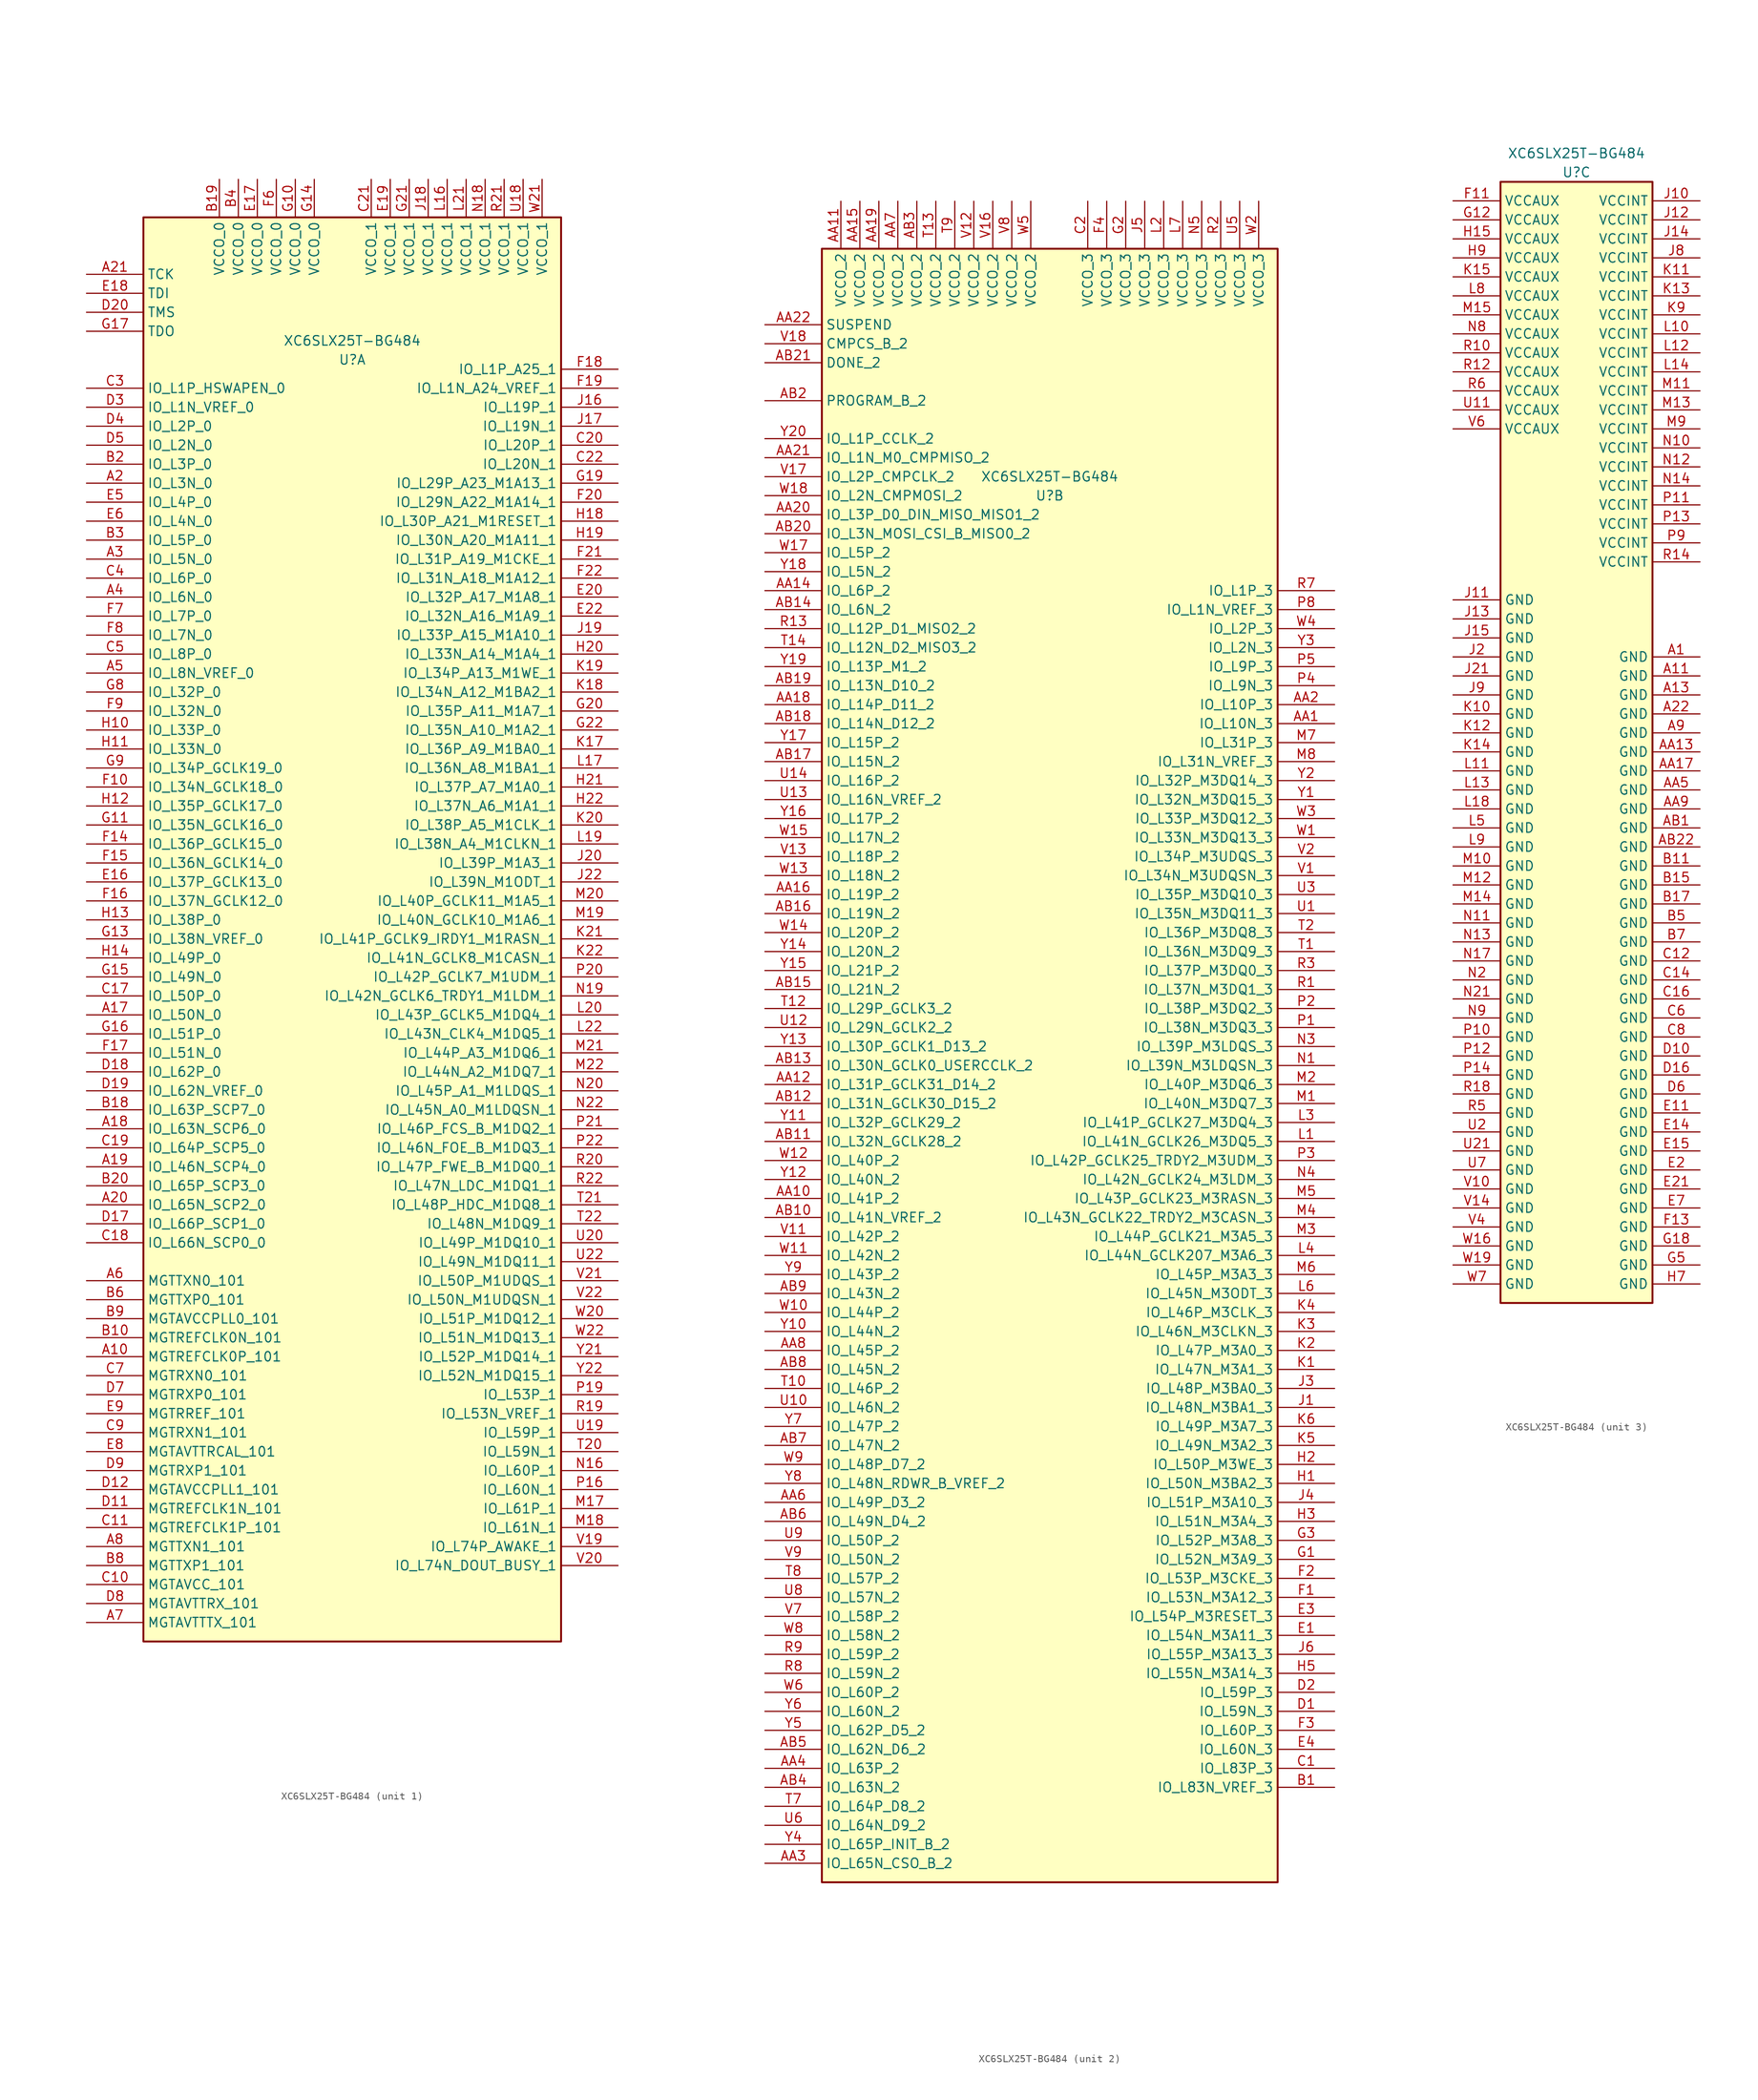
<source format=kicad_sym>
(kicad_symbol_lib
  (version 20241209)
  (generator "kicad_symbol_editor")
  (generator_version "9.0")
  (symbol "XC6SLX25T-BG484"
    (property "Reference" "U"
      (at 0 76.2 0)
      (effects (font (size 1.27 1.27))))
    (property "Value" "XC6SLX25T-BG484"
      (at 0 78.74 0)
      (effects (font (size 1.27 1.27))))
    (property "ki_locked" ""
      (at 0 0 0)
      (effects (font (size 1.27 1.27))))
    (symbol "XC6SLX25T-BG484_1_1"
      (rectangle (start -27.94 95.25) (end 27.94 -95.25) (stroke (width 0.254) (type default)) (fill (type background)))
      (pin input line (at -35.56 87.63 0) (length 7.62) (name "TCK" (effects (font (size 1.27 1.27)))) (number "A21" (effects (font (size 1.27 1.27)))))
      (pin input line (at -35.56 85.09 0) (length 7.62) (name "TDI" (effects (font (size 1.27 1.27)))) (number "E18" (effects (font (size 1.27 1.27)))))
      (pin input line (at -35.56 82.55 0) (length 7.62) (name "TMS" (effects (font (size 1.27 1.27)))) (number "D20" (effects (font (size 1.27 1.27)))))
      (pin output line (at -35.56 80.01 0) (length 7.62) (name "TDO" (effects (font (size 1.27 1.27)))) (number "G17" (effects (font (size 1.27 1.27)))))
      (pin bidirectional line (at -35.56 72.39 0) (length 7.62) (name "IO_L1P_HSWAPEN_0" (effects (font (size 1.27 1.27)))) (number "C3" (effects (font (size 1.27 1.27)))))
      (pin bidirectional line (at -35.56 69.85 0) (length 7.62) (name "IO_L1N_VREF_0" (effects (font (size 1.27 1.27)))) (number "D3" (effects (font (size 1.27 1.27)))))
      (pin bidirectional line (at -35.56 67.31 0) (length 7.62) (name "IO_L2P_0" (effects (font (size 1.27 1.27)))) (number "D4" (effects (font (size 1.27 1.27)))))
      (pin bidirectional line (at -35.56 64.77 0) (length 7.62) (name "IO_L2N_0" (effects (font (size 1.27 1.27)))) (number "D5" (effects (font (size 1.27 1.27)))))
      (pin bidirectional line (at -35.56 62.23 0) (length 7.62) (name "IO_L3P_0" (effects (font (size 1.27 1.27)))) (number "B2" (effects (font (size 1.27 1.27)))))
      (pin bidirectional line (at -35.56 59.69 0) (length 7.62) (name "IO_L3N_0" (effects (font (size 1.27 1.27)))) (number "A2" (effects (font (size 1.27 1.27)))))
      (pin bidirectional line (at -35.56 57.15 0) (length 7.62) (name "IO_L4P_0" (effects (font (size 1.27 1.27)))) (number "E5" (effects (font (size 1.27 1.27)))))
      (pin bidirectional line (at -35.56 54.61 0) (length 7.62) (name "IO_L4N_0" (effects (font (size 1.27 1.27)))) (number "E6" (effects (font (size 1.27 1.27)))))
      (pin bidirectional line (at -35.56 52.07 0) (length 7.62) (name "IO_L5P_0" (effects (font (size 1.27 1.27)))) (number "B3" (effects (font (size 1.27 1.27)))))
      (pin bidirectional line (at -35.56 49.53 0) (length 7.62) (name "IO_L5N_0" (effects (font (size 1.27 1.27)))) (number "A3" (effects (font (size 1.27 1.27)))))
      (pin bidirectional line (at -35.56 46.99 0) (length 7.62) (name "IO_L6P_0" (effects (font (size 1.27 1.27)))) (number "C4" (effects (font (size 1.27 1.27)))))
      (pin bidirectional line (at -35.56 44.45 0) (length 7.62) (name "IO_L6N_0" (effects (font (size 1.27 1.27)))) (number "A4" (effects (font (size 1.27 1.27)))))
      (pin bidirectional line (at -35.56 41.91 0) (length 7.62) (name "IO_L7P_0" (effects (font (size 1.27 1.27)))) (number "F7" (effects (font (size 1.27 1.27)))))
      (pin bidirectional line (at -35.56 39.37 0) (length 7.62) (name "IO_L7N_0" (effects (font (size 1.27 1.27)))) (number "F8" (effects (font (size 1.27 1.27)))))
      (pin bidirectional line (at -35.56 36.83 0) (length 7.62) (name "IO_L8P_0" (effects (font (size 1.27 1.27)))) (number "C5" (effects (font (size 1.27 1.27)))))
      (pin bidirectional line (at -35.56 34.29 0) (length 7.62) (name "IO_L8N_VREF_0" (effects (font (size 1.27 1.27)))) (number "A5" (effects (font (size 1.27 1.27)))))
      (pin bidirectional line (at -35.56 31.75 0) (length 7.62) (name "IO_L32P_0" (effects (font (size 1.27 1.27)))) (number "G8" (effects (font (size 1.27 1.27)))))
      (pin bidirectional line (at -35.56 29.21 0) (length 7.62) (name "IO_L32N_0" (effects (font (size 1.27 1.27)))) (number "F9" (effects (font (size 1.27 1.27)))))
      (pin bidirectional line (at -35.56 26.67 0) (length 7.62) (name "IO_L33P_0" (effects (font (size 1.27 1.27)))) (number "H10" (effects (font (size 1.27 1.27)))))
      (pin bidirectional line (at -35.56 24.13 0) (length 7.62) (name "IO_L33N_0" (effects (font (size 1.27 1.27)))) (number "H11" (effects (font (size 1.27 1.27)))))
      (pin bidirectional line (at -35.56 21.59 0) (length 7.62) (name "IO_L34P_GCLK19_0" (effects (font (size 1.27 1.27)))) (number "G9" (effects (font (size 1.27 1.27)))))
      (pin bidirectional line (at -35.56 19.05 0) (length 7.62) (name "IO_L34N_GCLK18_0" (effects (font (size 1.27 1.27)))) (number "F10" (effects (font (size 1.27 1.27)))))
      (pin bidirectional line (at -35.56 16.51 0) (length 7.62) (name "IO_L35P_GCLK17_0" (effects (font (size 1.27 1.27)))) (number "H12" (effects (font (size 1.27 1.27)))))
      (pin bidirectional line (at -35.56 13.97 0) (length 7.62) (name "IO_L35N_GCLK16_0" (effects (font (size 1.27 1.27)))) (number "G11" (effects (font (size 1.27 1.27)))))
      (pin bidirectional line (at -35.56 11.43 0) (length 7.62) (name "IO_L36P_GCLK15_0" (effects (font (size 1.27 1.27)))) (number "F14" (effects (font (size 1.27 1.27)))))
      (pin bidirectional line (at -35.56 8.89 0) (length 7.62) (name "IO_L36N_GCLK14_0" (effects (font (size 1.27 1.27)))) (number "F15" (effects (font (size 1.27 1.27)))))
      (pin bidirectional line (at -35.56 6.35 0) (length 7.62) (name "IO_L37P_GCLK13_0" (effects (font (size 1.27 1.27)))) (number "E16" (effects (font (size 1.27 1.27)))))
      (pin bidirectional line (at -35.56 3.81 0) (length 7.62) (name "IO_L37N_GCLK12_0" (effects (font (size 1.27 1.27)))) (number "F16" (effects (font (size 1.27 1.27)))))
      (pin bidirectional line (at -35.56 1.27 0) (length 7.62) (name "IO_L38P_0" (effects (font (size 1.27 1.27)))) (number "H13" (effects (font (size 1.27 1.27)))))
      (pin bidirectional line (at -35.56 -1.27 0) (length 7.62) (name "IO_L38N_VREF_0" (effects (font (size 1.27 1.27)))) (number "G13" (effects (font (size 1.27 1.27)))))
      (pin bidirectional line (at -35.56 -3.81 0) (length 7.62) (name "IO_L49P_0" (effects (font (size 1.27 1.27)))) (number "H14" (effects (font (size 1.27 1.27)))))
      (pin bidirectional line (at -35.56 -6.35 0) (length 7.62) (name "IO_L49N_0" (effects (font (size 1.27 1.27)))) (number "G15" (effects (font (size 1.27 1.27)))))
      (pin bidirectional line (at -35.56 -8.89 0) (length 7.62) (name "IO_L50P_0" (effects (font (size 1.27 1.27)))) (number "C17" (effects (font (size 1.27 1.27)))))
      (pin bidirectional line (at -35.56 -11.43 0) (length 7.62) (name "IO_L50N_0" (effects (font (size 1.27 1.27)))) (number "A17" (effects (font (size 1.27 1.27)))))
      (pin bidirectional line (at -35.56 -13.97 0) (length 7.62) (name "IO_L51P_0" (effects (font (size 1.27 1.27)))) (number "G16" (effects (font (size 1.27 1.27)))))
      (pin bidirectional line (at -35.56 -16.51 0) (length 7.62) (name "IO_L51N_0" (effects (font (size 1.27 1.27)))) (number "F17" (effects (font (size 1.27 1.27)))))
      (pin bidirectional line (at -35.56 -19.05 0) (length 7.62) (name "IO_L62P_0" (effects (font (size 1.27 1.27)))) (number "D18" (effects (font (size 1.27 1.27)))))
      (pin bidirectional line (at -35.56 -21.59 0) (length 7.62) (name "IO_L62N_VREF_0" (effects (font (size 1.27 1.27)))) (number "D19" (effects (font (size 1.27 1.27)))))
      (pin bidirectional line (at -35.56 -24.13 0) (length 7.62) (name "IO_L63P_SCP7_0" (effects (font (size 1.27 1.27)))) (number "B18" (effects (font (size 1.27 1.27)))))
      (pin bidirectional line (at -35.56 -26.67 0) (length 7.62) (name "IO_L63N_SCP6_0" (effects (font (size 1.27 1.27)))) (number "A18" (effects (font (size 1.27 1.27)))))
      (pin bidirectional line (at -35.56 -29.21 0) (length 7.62) (name "IO_L64P_SCP5_0" (effects (font (size 1.27 1.27)))) (number "C19" (effects (font (size 1.27 1.27)))))
      (pin bidirectional line (at -35.56 -31.75 0) (length 7.62) (name "IO_L46N_SCP4_0" (effects (font (size 1.27 1.27)))) (number "A19" (effects (font (size 1.27 1.27)))))
      (pin bidirectional line (at -35.56 -34.29 0) (length 7.62) (name "IO_L65P_SCP3_0" (effects (font (size 1.27 1.27)))) (number "B20" (effects (font (size 1.27 1.27)))))
      (pin bidirectional line (at -35.56 -36.83 0) (length 7.62) (name "IO_L65N_SCP2_0" (effects (font (size 1.27 1.27)))) (number "A20" (effects (font (size 1.27 1.27)))))
      (pin bidirectional line (at -35.56 -39.37 0) (length 7.62) (name "IO_L66P_SCP1_0" (effects (font (size 1.27 1.27)))) (number "D17" (effects (font (size 1.27 1.27)))))
      (pin bidirectional line (at -35.56 -41.91 0) (length 7.62) (name "IO_L66N_SCP0_0" (effects (font (size 1.27 1.27)))) (number "C18" (effects (font (size 1.27 1.27)))))
      (pin output line (at -35.56 -46.99 0) (length 7.62) (name "MGTTXN0_101" (effects (font (size 1.27 1.27)))) (number "A6" (effects (font (size 1.27 1.27)))))
      (pin output line (at -35.56 -49.53 0) (length 7.62) (name "MGTTXP0_101" (effects (font (size 1.27 1.27)))) (number "B6" (effects (font (size 1.27 1.27)))))
      (pin passive line (at -35.56 -52.07 0) (length 7.62) (name "MGTAVCCPLL0_101" (effects (font (size 1.27 1.27)))) (number "B9" (effects (font (size 1.27 1.27)))))
      (pin input line (at -35.56 -54.61 0) (length 7.62) (name "MGTREFCLK0N_101" (effects (font (size 1.27 1.27)))) (number "B10" (effects (font (size 1.27 1.27)))))
      (pin input line (at -35.56 -57.15 0) (length 7.62) (name "MGTREFCLK0P_101" (effects (font (size 1.27 1.27)))) (number "A10" (effects (font (size 1.27 1.27)))))
      (pin input line (at -35.56 -59.69 0) (length 7.62) (name "MGTRXN0_101" (effects (font (size 1.27 1.27)))) (number "C7" (effects (font (size 1.27 1.27)))))
      (pin input line (at -35.56 -62.23 0) (length 7.62) (name "MGTRXP0_101" (effects (font (size 1.27 1.27)))) (number "D7" (effects (font (size 1.27 1.27)))))
      (pin input line (at -35.56 -64.77 0) (length 7.62) (name "MGTRREF_101" (effects (font (size 1.27 1.27)))) (number "E9" (effects (font (size 1.27 1.27)))))
      (pin input line (at -35.56 -67.31 0) (length 7.62) (name "MGTRXN1_101" (effects (font (size 1.27 1.27)))) (number "C9" (effects (font (size 1.27 1.27)))))
      (pin passive line (at -35.56 -69.85 0) (length 7.62) (name "MGTAVTTRCAL_101" (effects (font (size 1.27 1.27)))) (number "E8" (effects (font (size 1.27 1.27)))))
      (pin input line (at -35.56 -72.39 0) (length 7.62) (name "MGTRXP1_101" (effects (font (size 1.27 1.27)))) (number "D9" (effects (font (size 1.27 1.27)))))
      (pin passive line (at -35.56 -74.93 0) (length 7.62) (name "MGTAVCCPLL1_101" (effects (font (size 1.27 1.27)))) (number "D12" (effects (font (size 1.27 1.27)))))
      (pin input line (at -35.56 -77.47 0) (length 7.62) (name "MGTREFCLK1N_101" (effects (font (size 1.27 1.27)))) (number "D11" (effects (font (size 1.27 1.27)))))
      (pin input line (at -35.56 -80.01 0) (length 7.62) (name "MGTREFCLK1P_101" (effects (font (size 1.27 1.27)))) (number "C11" (effects (font (size 1.27 1.27)))))
      (pin output line (at -35.56 -82.55 0) (length 7.62) (name "MGTTXN1_101" (effects (font (size 1.27 1.27)))) (number "A8" (effects (font (size 1.27 1.27)))))
      (pin output line (at -35.56 -85.09 0) (length 7.62) (name "MGTTXP1_101" (effects (font (size 1.27 1.27)))) (number "B8" (effects (font (size 1.27 1.27)))))
      (pin passive line (at -35.56 -87.63 0) (length 7.62) (name "MGTAVCC_101" (effects (font (size 1.27 1.27)))) (number "C10" (effects (font (size 1.27 1.27)))))
      (pin passive line (at -35.56 -90.17 0) (length 7.62) (name "MGTAVTTRX_101" (effects (font (size 1.27 1.27)))) (number "D8" (effects (font (size 1.27 1.27)))))
      (pin passive line (at -35.56 -92.71 0) (length 7.62) (name "MGTAVTTTX_101" (effects (font (size 1.27 1.27)))) (number "A7" (effects (font (size 1.27 1.27)))))
      (pin power_in line (at -17.78 100.33 270) (length 5.08) (name "VCCO_0" (effects (font (size 1.27 1.27)))) (number "B19" (effects (font (size 1.27 1.27)))))
      (pin power_in line (at -15.24 100.33 270) (length 5.08) (name "VCCO_0" (effects (font (size 1.27 1.27)))) (number "B4" (effects (font (size 1.27 1.27)))))
      (pin power_in line (at -12.7 100.33 270) (length 5.08) (name "VCCO_0" (effects (font (size 1.27 1.27)))) (number "E17" (effects (font (size 1.27 1.27)))))
      (pin power_in line (at -10.16 100.33 270) (length 5.08) (name "VCCO_0" (effects (font (size 1.27 1.27)))) (number "F6" (effects (font (size 1.27 1.27)))))
      (pin power_in line (at -7.62 100.33 270) (length 5.08) (name "VCCO_0" (effects (font (size 1.27 1.27)))) (number "G10" (effects (font (size 1.27 1.27)))))
      (pin power_in line (at -5.08 100.33 270) (length 5.08) (name "VCCO_0" (effects (font (size 1.27 1.27)))) (number "G14" (effects (font (size 1.27 1.27)))))
      (pin power_in line (at 2.54 100.33 270) (length 5.08) (name "VCCO_1" (effects (font (size 1.27 1.27)))) (number "C21" (effects (font (size 1.27 1.27)))))
      (pin power_in line (at 5.08 100.33 270) (length 5.08) (name "VCCO_1" (effects (font (size 1.27 1.27)))) (number "E19" (effects (font (size 1.27 1.27)))))
      (pin power_in line (at 7.62 100.33 270) (length 5.08) (name "VCCO_1" (effects (font (size 1.27 1.27)))) (number "G21" (effects (font (size 1.27 1.27)))))
      (pin power_in line (at 10.16 100.33 270) (length 5.08) (name "VCCO_1" (effects (font (size 1.27 1.27)))) (number "J18" (effects (font (size 1.27 1.27)))))
      (pin power_in line (at 12.7 100.33 270) (length 5.08) (name "VCCO_1" (effects (font (size 1.27 1.27)))) (number "L16" (effects (font (size 1.27 1.27)))))
      (pin power_in line (at 15.24 100.33 270) (length 5.08) (name "VCCO_1" (effects (font (size 1.27 1.27)))) (number "L21" (effects (font (size 1.27 1.27)))))
      (pin power_in line (at 17.78 100.33 270) (length 5.08) (name "VCCO_1" (effects (font (size 1.27 1.27)))) (number "N18" (effects (font (size 1.27 1.27)))))
      (pin power_in line (at 20.32 100.33 270) (length 5.08) (name "VCCO_1" (effects (font (size 1.27 1.27)))) (number "R21" (effects (font (size 1.27 1.27)))))
      (pin power_in line (at 22.86 100.33 270) (length 5.08) (name "VCCO_1" (effects (font (size 1.27 1.27)))) (number "U18" (effects (font (size 1.27 1.27)))))
      (pin power_in line (at 25.4 100.33 270) (length 5.08) (name "VCCO_1" (effects (font (size 1.27 1.27)))) (number "W21" (effects (font (size 1.27 1.27)))))
      (pin bidirectional line (at 35.56 74.93 180) (length 7.62) (name "IO_L1P_A25_1" (effects (font (size 1.27 1.27)))) (number "F18" (effects (font (size 1.27 1.27)))))
      (pin bidirectional line (at 35.56 72.39 180) (length 7.62) (name "IO_L1N_A24_VREF_1" (effects (font (size 1.27 1.27)))) (number "F19" (effects (font (size 1.27 1.27)))))
      (pin bidirectional line (at 35.56 69.85 180) (length 7.62) (name "IO_L19P_1" (effects (font (size 1.27 1.27)))) (number "J16" (effects (font (size 1.27 1.27)))))
      (pin bidirectional line (at 35.56 67.31 180) (length 7.62) (name "IO_L19N_1" (effects (font (size 1.27 1.27)))) (number "J17" (effects (font (size 1.27 1.27)))))
      (pin bidirectional line (at 35.56 64.77 180) (length 7.62) (name "IO_L20P_1" (effects (font (size 1.27 1.27)))) (number "C20" (effects (font (size 1.27 1.27)))))
      (pin bidirectional line (at 35.56 62.23 180) (length 7.62) (name "IO_L20N_1" (effects (font (size 1.27 1.27)))) (number "C22" (effects (font (size 1.27 1.27)))))
      (pin bidirectional line (at 35.56 59.69 180) (length 7.62) (name "IO_L29P_A23_M1A13_1" (effects (font (size 1.27 1.27)))) (number "G19" (effects (font (size 1.27 1.27)))))
      (pin bidirectional line (at 35.56 57.15 180) (length 7.62) (name "IO_L29N_A22_M1A14_1" (effects (font (size 1.27 1.27)))) (number "F20" (effects (font (size 1.27 1.27)))))
      (pin bidirectional line (at 35.56 54.61 180) (length 7.62) (name "IO_L30P_A21_M1RESET_1" (effects (font (size 1.27 1.27)))) (number "H18" (effects (font (size 1.27 1.27)))))
      (pin bidirectional line (at 35.56 52.07 180) (length 7.62) (name "IO_L30N_A20_M1A11_1" (effects (font (size 1.27 1.27)))) (number "H19" (effects (font (size 1.27 1.27)))))
      (pin bidirectional line (at 35.56 49.53 180) (length 7.62) (name "IO_L31P_A19_M1CKE_1" (effects (font (size 1.27 1.27)))) (number "F21" (effects (font (size 1.27 1.27)))))
      (pin bidirectional line (at 35.56 46.99 180) (length 7.62) (name "IO_L31N_A18_M1A12_1" (effects (font (size 1.27 1.27)))) (number "F22" (effects (font (size 1.27 1.27)))))
      (pin bidirectional line (at 35.56 44.45 180) (length 7.62) (name "IO_L32P_A17_M1A8_1" (effects (font (size 1.27 1.27)))) (number "E20" (effects (font (size 1.27 1.27)))))
      (pin bidirectional line (at 35.56 41.91 180) (length 7.62) (name "IO_L32N_A16_M1A9_1" (effects (font (size 1.27 1.27)))) (number "E22" (effects (font (size 1.27 1.27)))))
      (pin bidirectional line (at 35.56 39.37 180) (length 7.62) (name "IO_L33P_A15_M1A10_1" (effects (font (size 1.27 1.27)))) (number "J19" (effects (font (size 1.27 1.27)))))
      (pin bidirectional line (at 35.56 36.83 180) (length 7.62) (name "IO_L33N_A14_M1A4_1" (effects (font (size 1.27 1.27)))) (number "H20" (effects (font (size 1.27 1.27)))))
      (pin bidirectional line (at 35.56 34.29 180) (length 7.62) (name "IO_L34P_A13_M1WE_1" (effects (font (size 1.27 1.27)))) (number "K19" (effects (font (size 1.27 1.27)))))
      (pin bidirectional line (at 35.56 31.75 180) (length 7.62) (name "IO_L34N_A12_M1BA2_1" (effects (font (size 1.27 1.27)))) (number "K18" (effects (font (size 1.27 1.27)))))
      (pin bidirectional line (at 35.56 29.21 180) (length 7.62) (name "IO_L35P_A11_M1A7_1" (effects (font (size 1.27 1.27)))) (number "G20" (effects (font (size 1.27 1.27)))))
      (pin bidirectional line (at 35.56 26.67 180) (length 7.62) (name "IO_L35N_A10_M1A2_1" (effects (font (size 1.27 1.27)))) (number "G22" (effects (font (size 1.27 1.27)))))
      (pin input line (at 35.56 24.13 180) (length 7.62) (name "IO_L36P_A9_M1BA0_1" (effects (font (size 1.27 1.27)))) (number "K17" (effects (font (size 1.27 1.27)))))
      (pin bidirectional line (at 35.56 21.59 180) (length 7.62) (name "IO_L36N_A8_M1BA1_1" (effects (font (size 1.27 1.27)))) (number "L17" (effects (font (size 1.27 1.27)))))
      (pin bidirectional line (at 35.56 19.05 180) (length 7.62) (name "IO_L37P_A7_M1A0_1" (effects (font (size 1.27 1.27)))) (number "H21" (effects (font (size 1.27 1.27)))))
      (pin bidirectional line (at 35.56 16.51 180) (length 7.62) (name "IO_L37N_A6_M1A1_1" (effects (font (size 1.27 1.27)))) (number "H22" (effects (font (size 1.27 1.27)))))
      (pin bidirectional line (at 35.56 13.97 180) (length 7.62) (name "IO_L38P_A5_M1CLK_1" (effects (font (size 1.27 1.27)))) (number "K20" (effects (font (size 1.27 1.27)))))
      (pin bidirectional line (at 35.56 11.43 180) (length 7.62) (name "IO_L38N_A4_M1CLKN_1" (effects (font (size 1.27 1.27)))) (number "L19" (effects (font (size 1.27 1.27)))))
      (pin bidirectional line (at 35.56 8.89 180) (length 7.62) (name "IO_L39P_M1A3_1" (effects (font (size 1.27 1.27)))) (number "J20" (effects (font (size 1.27 1.27)))))
      (pin bidirectional line (at 35.56 6.35 180) (length 7.62) (name "IO_L39N_M1ODT_1" (effects (font (size 1.27 1.27)))) (number "J22" (effects (font (size 1.27 1.27)))))
      (pin bidirectional line (at 35.56 3.81 180) (length 7.62) (name "IO_L40P_GCLK11_M1A5_1" (effects (font (size 1.27 1.27)))) (number "M20" (effects (font (size 1.27 1.27)))))
      (pin bidirectional line (at 35.56 1.27 180) (length 7.62) (name "IO_L40N_GCLK10_M1A6_1" (effects (font (size 1.27 1.27)))) (number "M19" (effects (font (size 1.27 1.27)))))
      (pin bidirectional line (at 35.56 -1.27 180) (length 7.62) (name "IO_L41P_GCLK9_IRDY1_M1RASN_1" (effects (font (size 1.27 1.27)))) (number "K21" (effects (font (size 1.27 1.27)))))
      (pin bidirectional line (at 35.56 -3.81 180) (length 7.62) (name "IO_L41N_GCLK8_M1CASN_1" (effects (font (size 1.27 1.27)))) (number "K22" (effects (font (size 1.27 1.27)))))
      (pin bidirectional line (at 35.56 -6.35 180) (length 7.62) (name "IO_L42P_GCLK7_M1UDM_1" (effects (font (size 1.27 1.27)))) (number "P20" (effects (font (size 1.27 1.27)))))
      (pin bidirectional line (at 35.56 -8.89 180) (length 7.62) (name "IO_L42N_GCLK6_TRDY1_M1LDM_1" (effects (font (size 1.27 1.27)))) (number "N19" (effects (font (size 1.27 1.27)))))
      (pin bidirectional line (at 35.56 -11.43 180) (length 7.62) (name "IO_L43P_GCLK5_M1DQ4_1" (effects (font (size 1.27 1.27)))) (number "L20" (effects (font (size 1.27 1.27)))))
      (pin bidirectional line (at 35.56 -13.97 180) (length 7.62) (name "IO_L43N_CLK4_M1DQ5_1" (effects (font (size 1.27 1.27)))) (number "L22" (effects (font (size 1.27 1.27)))))
      (pin bidirectional line (at 35.56 -16.51 180) (length 7.62) (name "IO_L44P_A3_M1DQ6_1" (effects (font (size 1.27 1.27)))) (number "M21" (effects (font (size 1.27 1.27)))))
      (pin bidirectional line (at 35.56 -19.05 180) (length 7.62) (name "IO_L44N_A2_M1DQ7_1" (effects (font (size 1.27 1.27)))) (number "M22" (effects (font (size 1.27 1.27)))))
      (pin bidirectional line (at 35.56 -21.59 180) (length 7.62) (name "IO_L45P_A1_M1LDQS_1" (effects (font (size 1.27 1.27)))) (number "N20" (effects (font (size 1.27 1.27)))))
      (pin bidirectional line (at 35.56 -24.13 180) (length 7.62) (name "IO_L45N_A0_M1LDQSN_1" (effects (font (size 1.27 1.27)))) (number "N22" (effects (font (size 1.27 1.27)))))
      (pin bidirectional line (at 35.56 -26.67 180) (length 7.62) (name "IO_L46P_FCS_B_M1DQ2_1" (effects (font (size 1.27 1.27)))) (number "P21" (effects (font (size 1.27 1.27)))))
      (pin bidirectional line (at 35.56 -29.21 180) (length 7.62) (name "IO_L46N_FOE_B_M1DQ3_1" (effects (font (size 1.27 1.27)))) (number "P22" (effects (font (size 1.27 1.27)))))
      (pin bidirectional line (at 35.56 -31.75 180) (length 7.62) (name "IO_L47P_FWE_B_M1DQ0_1" (effects (font (size 1.27 1.27)))) (number "R20" (effects (font (size 1.27 1.27)))))
      (pin bidirectional line (at 35.56 -34.29 180) (length 7.62) (name "IO_L47N_LDC_M1DQ1_1" (effects (font (size 1.27 1.27)))) (number "R22" (effects (font (size 1.27 1.27)))))
      (pin bidirectional line (at 35.56 -36.83 180) (length 7.62) (name "IO_L48P_HDC_M1DQ8_1" (effects (font (size 1.27 1.27)))) (number "T21" (effects (font (size 1.27 1.27)))))
      (pin bidirectional line (at 35.56 -39.37 180) (length 7.62) (name "IO_L48N_M1DQ9_1" (effects (font (size 1.27 1.27)))) (number "T22" (effects (font (size 1.27 1.27)))))
      (pin bidirectional line (at 35.56 -41.91 180) (length 7.62) (name "IO_L49P_M1DQ10_1" (effects (font (size 1.27 1.27)))) (number "U20" (effects (font (size 1.27 1.27)))))
      (pin bidirectional line (at 35.56 -44.45 180) (length 7.62) (name "IO_L49N_M1DQ11_1" (effects (font (size 1.27 1.27)))) (number "U22" (effects (font (size 1.27 1.27)))))
      (pin bidirectional line (at 35.56 -46.99 180) (length 7.62) (name "IO_L50P_M1UDQS_1" (effects (font (size 1.27 1.27)))) (number "V21" (effects (font (size 1.27 1.27)))))
      (pin bidirectional line (at 35.56 -49.53 180) (length 7.62) (name "IO_L50N_M1UDQSN_1" (effects (font (size 1.27 1.27)))) (number "V22" (effects (font (size 1.27 1.27)))))
      (pin bidirectional line (at 35.56 -52.07 180) (length 7.62) (name "IO_L51P_M1DQ12_1" (effects (font (size 1.27 1.27)))) (number "W20" (effects (font (size 1.27 1.27)))))
      (pin bidirectional line (at 35.56 -54.61 180) (length 7.62) (name "IO_L51N_M1DQ13_1" (effects (font (size 1.27 1.27)))) (number "W22" (effects (font (size 1.27 1.27)))))
      (pin bidirectional line (at 35.56 -57.15 180) (length 7.62) (name "IO_L52P_M1DQ14_1" (effects (font (size 1.27 1.27)))) (number "Y21" (effects (font (size 1.27 1.27)))))
      (pin bidirectional line (at 35.56 -59.69 180) (length 7.62) (name "IO_L52N_M1DQ15_1" (effects (font (size 1.27 1.27)))) (number "Y22" (effects (font (size 1.27 1.27)))))
      (pin bidirectional line (at 35.56 -62.23 180) (length 7.62) (name "IO_L53P_1" (effects (font (size 1.27 1.27)))) (number "P19" (effects (font (size 1.27 1.27)))))
      (pin bidirectional line (at 35.56 -64.77 180) (length 7.62) (name "IO_L53N_VREF_1" (effects (font (size 1.27 1.27)))) (number "R19" (effects (font (size 1.27 1.27)))))
      (pin bidirectional line (at 35.56 -67.31 180) (length 7.62) (name "IO_L59P_1" (effects (font (size 1.27 1.27)))) (number "U19" (effects (font (size 1.27 1.27)))))
      (pin bidirectional line (at 35.56 -69.85 180) (length 7.62) (name "IO_L59N_1" (effects (font (size 1.27 1.27)))) (number "T20" (effects (font (size 1.27 1.27)))))
      (pin bidirectional line (at 35.56 -72.39 180) (length 7.62) (name "IO_L60P_1" (effects (font (size 1.27 1.27)))) (number "N16" (effects (font (size 1.27 1.27)))))
      (pin bidirectional line (at 35.56 -74.93 180) (length 7.62) (name "IO_L60N_1" (effects (font (size 1.27 1.27)))) (number "P16" (effects (font (size 1.27 1.27)))))
      (pin bidirectional line (at 35.56 -77.47 180) (length 7.62) (name "IO_L61P_1" (effects (font (size 1.27 1.27)))) (number "M17" (effects (font (size 1.27 1.27)))))
      (pin bidirectional line (at 35.56 -80.01 180) (length 7.62) (name "IO_L61N_1" (effects (font (size 1.27 1.27)))) (number "M18" (effects (font (size 1.27 1.27)))))
      (pin bidirectional line (at 35.56 -82.55 180) (length 7.62) (name "IO_L74P_AWAKE_1" (effects (font (size 1.27 1.27)))) (number "V19" (effects (font (size 1.27 1.27)))))
      (pin bidirectional line (at 35.56 -85.09 180) (length 7.62) (name "IO_L74N_DOUT_BUSY_1" (effects (font (size 1.27 1.27)))) (number "V20" (effects (font (size 1.27 1.27))))))
    (symbol "XC6SLX25T-BG484_2_1"
      (rectangle (start -30.48 109.22) (end 30.48 -109.22) (stroke (width 0.254) (type default)) (fill (type background)))
      (pin input line (at -38.1 99.06 0) (length 7.62) (name "SUSPEND" (effects (font (size 1.27 1.27)))) (number "AA22" (effects (font (size 1.27 1.27)))))
      (pin input line (at -38.1 96.52 0) (length 7.62) (name "CMPCS_B_2" (effects (font (size 1.27 1.27)))) (number "V18" (effects (font (size 1.27 1.27)))))
      (pin bidirectional line (at -38.1 93.98 0) (length 7.62) (name "DONE_2" (effects (font (size 1.27 1.27)))) (number "AB21" (effects (font (size 1.27 1.27)))))
      (pin input line (at -38.1 88.9 0) (length 7.62) (name "PROGRAM_B_2" (effects (font (size 1.27 1.27)))) (number "AB2" (effects (font (size 1.27 1.27)))))
      (pin bidirectional line (at -38.1 83.82 0) (length 7.62) (name "IO_L1P_CCLK_2" (effects (font (size 1.27 1.27)))) (number "Y20" (effects (font (size 1.27 1.27)))))
      (pin bidirectional line (at -38.1 81.28 0) (length 7.62) (name "IO_L1N_M0_CMPMISO_2" (effects (font (size 1.27 1.27)))) (number "AA21" (effects (font (size 1.27 1.27)))))
      (pin bidirectional line (at -38.1 78.74 0) (length 7.62) (name "IO_L2P_CMPCLK_2" (effects (font (size 1.27 1.27)))) (number "V17" (effects (font (size 1.27 1.27)))))
      (pin bidirectional line (at -38.1 76.2 0) (length 7.62) (name "IO_L2N_CMPMOSI_2" (effects (font (size 1.27 1.27)))) (number "W18" (effects (font (size 1.27 1.27)))))
      (pin bidirectional line (at -38.1 73.66 0) (length 7.62) (name "IO_L3P_D0_DIN_MISO_MISO1_2" (effects (font (size 1.27 1.27)))) (number "AA20" (effects (font (size 1.27 1.27)))))
      (pin bidirectional line (at -38.1 71.12 0) (length 7.62) (name "IO_L3N_MOSI_CSI_B_MISO0_2" (effects (font (size 1.27 1.27)))) (number "AB20" (effects (font (size 1.27 1.27)))))
      (pin bidirectional line (at -38.1 68.58 0) (length 7.62) (name "IO_L5P_2" (effects (font (size 1.27 1.27)))) (number "W17" (effects (font (size 1.27 1.27)))))
      (pin bidirectional line (at -38.1 66.04 0) (length 7.62) (name "IO_L5N_2" (effects (font (size 1.27 1.27)))) (number "Y18" (effects (font (size 1.27 1.27)))))
      (pin bidirectional line (at -38.1 63.5 0) (length 7.62) (name "IO_L6P_2" (effects (font (size 1.27 1.27)))) (number "AA14" (effects (font (size 1.27 1.27)))))
      (pin bidirectional line (at -38.1 60.96 0) (length 7.62) (name "IO_L6N_2" (effects (font (size 1.27 1.27)))) (number "AB14" (effects (font (size 1.27 1.27)))))
      (pin bidirectional line (at -38.1 58.42 0) (length 7.62) (name "IO_L12P_D1_MISO2_2" (effects (font (size 1.27 1.27)))) (number "R13" (effects (font (size 1.27 1.27)))))
      (pin bidirectional line (at -38.1 55.88 0) (length 7.62) (name "IO_L12N_D2_MISO3_2" (effects (font (size 1.27 1.27)))) (number "T14" (effects (font (size 1.27 1.27)))))
      (pin bidirectional line (at -38.1 53.34 0) (length 7.62) (name "IO_L13P_M1_2" (effects (font (size 1.27 1.27)))) (number "Y19" (effects (font (size 1.27 1.27)))))
      (pin bidirectional line (at -38.1 50.8 0) (length 7.62) (name "IO_L13N_D10_2" (effects (font (size 1.27 1.27)))) (number "AB19" (effects (font (size 1.27 1.27)))))
      (pin bidirectional line (at -38.1 48.26 0) (length 7.62) (name "IO_L14P_D11_2" (effects (font (size 1.27 1.27)))) (number "AA18" (effects (font (size 1.27 1.27)))))
      (pin bidirectional line (at -38.1 45.72 0) (length 7.62) (name "IO_L14N_D12_2" (effects (font (size 1.27 1.27)))) (number "AB18" (effects (font (size 1.27 1.27)))))
      (pin bidirectional line (at -38.1 43.18 0) (length 7.62) (name "IO_L15P_2" (effects (font (size 1.27 1.27)))) (number "Y17" (effects (font (size 1.27 1.27)))))
      (pin bidirectional line (at -38.1 40.64 0) (length 7.62) (name "IO_L15N_2" (effects (font (size 1.27 1.27)))) (number "AB17" (effects (font (size 1.27 1.27)))))
      (pin bidirectional line (at -38.1 38.1 0) (length 7.62) (name "IO_L16P_2" (effects (font (size 1.27 1.27)))) (number "U14" (effects (font (size 1.27 1.27)))))
      (pin bidirectional line (at -38.1 35.56 0) (length 7.62) (name "IO_L16N_VREF_2" (effects (font (size 1.27 1.27)))) (number "U13" (effects (font (size 1.27 1.27)))))
      (pin bidirectional line (at -38.1 33.02 0) (length 7.62) (name "IO_L17P_2" (effects (font (size 1.27 1.27)))) (number "Y16" (effects (font (size 1.27 1.27)))))
      (pin bidirectional line (at -38.1 30.48 0) (length 7.62) (name "IO_L17N_2" (effects (font (size 1.27 1.27)))) (number "W15" (effects (font (size 1.27 1.27)))))
      (pin bidirectional line (at -38.1 27.94 0) (length 7.62) (name "IO_L18P_2" (effects (font (size 1.27 1.27)))) (number "V13" (effects (font (size 1.27 1.27)))))
      (pin bidirectional line (at -38.1 25.4 0) (length 7.62) (name "IO_L18N_2" (effects (font (size 1.27 1.27)))) (number "W13" (effects (font (size 1.27 1.27)))))
      (pin bidirectional line (at -38.1 22.86 0) (length 7.62) (name "IO_L19P_2" (effects (font (size 1.27 1.27)))) (number "AA16" (effects (font (size 1.27 1.27)))))
      (pin bidirectional line (at -38.1 20.32 0) (length 7.62) (name "IO_L19N_2" (effects (font (size 1.27 1.27)))) (number "AB16" (effects (font (size 1.27 1.27)))))
      (pin bidirectional line (at -38.1 17.78 0) (length 7.62) (name "IO_L20P_2" (effects (font (size 1.27 1.27)))) (number "W14" (effects (font (size 1.27 1.27)))))
      (pin bidirectional line (at -38.1 15.24 0) (length 7.62) (name "IO_L20N_2" (effects (font (size 1.27 1.27)))) (number "Y14" (effects (font (size 1.27 1.27)))))
      (pin bidirectional line (at -38.1 12.7 0) (length 7.62) (name "IO_L21P_2" (effects (font (size 1.27 1.27)))) (number "Y15" (effects (font (size 1.27 1.27)))))
      (pin bidirectional line (at -38.1 10.16 0) (length 7.62) (name "IO_L21N_2" (effects (font (size 1.27 1.27)))) (number "AB15" (effects (font (size 1.27 1.27)))))
      (pin bidirectional line (at -38.1 7.62 0) (length 7.62) (name "IO_L29P_GCLK3_2" (effects (font (size 1.27 1.27)))) (number "T12" (effects (font (size 1.27 1.27)))))
      (pin bidirectional line (at -38.1 5.08 0) (length 7.62) (name "IO_L29N_GCLK2_2" (effects (font (size 1.27 1.27)))) (number "U12" (effects (font (size 1.27 1.27)))))
      (pin bidirectional line (at -38.1 2.54 0) (length 7.62) (name "IO_L30P_GCLK1_D13_2" (effects (font (size 1.27 1.27)))) (number "Y13" (effects (font (size 1.27 1.27)))))
      (pin bidirectional line (at -38.1 0 0) (length 7.62) (name "IO_L30N_GCLK0_USERCCLK_2" (effects (font (size 1.27 1.27)))) (number "AB13" (effects (font (size 1.27 1.27)))))
      (pin bidirectional line (at -38.1 -2.54 0) (length 7.62) (name "IO_L31P_GCLK31_D14_2" (effects (font (size 1.27 1.27)))) (number "AA12" (effects (font (size 1.27 1.27)))))
      (pin bidirectional line (at -38.1 -5.08 0) (length 7.62) (name "IO_L31N_GCLK30_D15_2" (effects (font (size 1.27 1.27)))) (number "AB12" (effects (font (size 1.27 1.27)))))
      (pin bidirectional line (at -38.1 -7.62 0) (length 7.62) (name "IO_L32P_GCLK29_2" (effects (font (size 1.27 1.27)))) (number "Y11" (effects (font (size 1.27 1.27)))))
      (pin bidirectional line (at -38.1 -10.16 0) (length 7.62) (name "IO_L32N_GCLK28_2" (effects (font (size 1.27 1.27)))) (number "AB11" (effects (font (size 1.27 1.27)))))
      (pin bidirectional line (at -38.1 -12.7 0) (length 7.62) (name "IO_L40P_2" (effects (font (size 1.27 1.27)))) (number "W12" (effects (font (size 1.27 1.27)))))
      (pin bidirectional line (at -38.1 -15.24 0) (length 7.62) (name "IO_L40N_2" (effects (font (size 1.27 1.27)))) (number "Y12" (effects (font (size 1.27 1.27)))))
      (pin bidirectional line (at -38.1 -17.78 0) (length 7.62) (name "IO_L41P_2" (effects (font (size 1.27 1.27)))) (number "AA10" (effects (font (size 1.27 1.27)))))
      (pin bidirectional line (at -38.1 -20.32 0) (length 7.62) (name "IO_L41N_VREF_2" (effects (font (size 1.27 1.27)))) (number "AB10" (effects (font (size 1.27 1.27)))))
      (pin bidirectional line (at -38.1 -22.86 0) (length 7.62) (name "IO_L42P_2" (effects (font (size 1.27 1.27)))) (number "V11" (effects (font (size 1.27 1.27)))))
      (pin bidirectional line (at -38.1 -25.4 0) (length 7.62) (name "IO_L42N_2" (effects (font (size 1.27 1.27)))) (number "W11" (effects (font (size 1.27 1.27)))))
      (pin bidirectional line (at -38.1 -27.94 0) (length 7.62) (name "IO_L43P_2" (effects (font (size 1.27 1.27)))) (number "Y9" (effects (font (size 1.27 1.27)))))
      (pin bidirectional line (at -38.1 -30.48 0) (length 7.62) (name "IO_L43N_2" (effects (font (size 1.27 1.27)))) (number "AB9" (effects (font (size 1.27 1.27)))))
      (pin bidirectional line (at -38.1 -33.02 0) (length 7.62) (name "IO_L44P_2" (effects (font (size 1.27 1.27)))) (number "W10" (effects (font (size 1.27 1.27)))))
      (pin bidirectional line (at -38.1 -35.56 0) (length 7.62) (name "IO_L44N_2" (effects (font (size 1.27 1.27)))) (number "Y10" (effects (font (size 1.27 1.27)))))
      (pin bidirectional line (at -38.1 -38.1 0) (length 7.62) (name "IO_L45P_2" (effects (font (size 1.27 1.27)))) (number "AA8" (effects (font (size 1.27 1.27)))))
      (pin bidirectional line (at -38.1 -40.64 0) (length 7.62) (name "IO_L45N_2" (effects (font (size 1.27 1.27)))) (number "AB8" (effects (font (size 1.27 1.27)))))
      (pin bidirectional line (at -38.1 -43.18 0) (length 7.62) (name "IO_L46P_2" (effects (font (size 1.27 1.27)))) (number "T10" (effects (font (size 1.27 1.27)))))
      (pin bidirectional line (at -38.1 -45.72 0) (length 7.62) (name "IO_L46N_2" (effects (font (size 1.27 1.27)))) (number "U10" (effects (font (size 1.27 1.27)))))
      (pin bidirectional line (at -38.1 -48.26 0) (length 7.62) (name "IO_L47P_2" (effects (font (size 1.27 1.27)))) (number "Y7" (effects (font (size 1.27 1.27)))))
      (pin bidirectional line (at -38.1 -50.8 0) (length 7.62) (name "IO_L47N_2" (effects (font (size 1.27 1.27)))) (number "AB7" (effects (font (size 1.27 1.27)))))
      (pin bidirectional line (at -38.1 -53.34 0) (length 7.62) (name "IO_L48P_D7_2" (effects (font (size 1.27 1.27)))) (number "W9" (effects (font (size 1.27 1.27)))))
      (pin bidirectional line (at -38.1 -55.88 0) (length 7.62) (name "IO_L48N_RDWR_B_VREF_2" (effects (font (size 1.27 1.27)))) (number "Y8" (effects (font (size 1.27 1.27)))))
      (pin bidirectional line (at -38.1 -58.42 0) (length 7.62) (name "IO_L49P_D3_2" (effects (font (size 1.27 1.27)))) (number "AA6" (effects (font (size 1.27 1.27)))))
      (pin bidirectional line (at -38.1 -60.96 0) (length 7.62) (name "IO_L49N_D4_2" (effects (font (size 1.27 1.27)))) (number "AB6" (effects (font (size 1.27 1.27)))))
      (pin bidirectional line (at -38.1 -63.5 0) (length 7.62) (name "IO_L50P_2" (effects (font (size 1.27 1.27)))) (number "U9" (effects (font (size 1.27 1.27)))))
      (pin bidirectional line (at -38.1 -66.04 0) (length 7.62) (name "IO_L50N_2" (effects (font (size 1.27 1.27)))) (number "V9" (effects (font (size 1.27 1.27)))))
      (pin bidirectional line (at -38.1 -68.58 0) (length 7.62) (name "IO_L57P_2" (effects (font (size 1.27 1.27)))) (number "T8" (effects (font (size 1.27 1.27)))))
      (pin bidirectional line (at -38.1 -71.12 0) (length 7.62) (name "IO_L57N_2" (effects (font (size 1.27 1.27)))) (number "U8" (effects (font (size 1.27 1.27)))))
      (pin bidirectional line (at -38.1 -73.66 0) (length 7.62) (name "IO_L58P_2" (effects (font (size 1.27 1.27)))) (number "V7" (effects (font (size 1.27 1.27)))))
      (pin bidirectional line (at -38.1 -76.2 0) (length 7.62) (name "IO_L58N_2" (effects (font (size 1.27 1.27)))) (number "W8" (effects (font (size 1.27 1.27)))))
      (pin bidirectional line (at -38.1 -78.74 0) (length 7.62) (name "IO_L59P_2" (effects (font (size 1.27 1.27)))) (number "R9" (effects (font (size 1.27 1.27)))))
      (pin bidirectional line (at -38.1 -81.28 0) (length 7.62) (name "IO_L59N_2" (effects (font (size 1.27 1.27)))) (number "R8" (effects (font (size 1.27 1.27)))))
      (pin bidirectional line (at -38.1 -83.82 0) (length 7.62) (name "IO_L60P_2" (effects (font (size 1.27 1.27)))) (number "W6" (effects (font (size 1.27 1.27)))))
      (pin bidirectional line (at -38.1 -86.36 0) (length 7.62) (name "IO_L60N_2" (effects (font (size 1.27 1.27)))) (number "Y6" (effects (font (size 1.27 1.27)))))
      (pin bidirectional line (at -38.1 -88.9 0) (length 7.62) (name "IO_L62P_D5_2" (effects (font (size 1.27 1.27)))) (number "Y5" (effects (font (size 1.27 1.27)))))
      (pin bidirectional line (at -38.1 -91.44 0) (length 7.62) (name "IO_L62N_D6_2" (effects (font (size 1.27 1.27)))) (number "AB5" (effects (font (size 1.27 1.27)))))
      (pin bidirectional line (at -38.1 -93.98 0) (length 7.62) (name "IO_L63P_2" (effects (font (size 1.27 1.27)))) (number "AA4" (effects (font (size 1.27 1.27)))))
      (pin bidirectional line (at -38.1 -96.52 0) (length 7.62) (name "IO_L63N_2" (effects (font (size 1.27 1.27)))) (number "AB4" (effects (font (size 1.27 1.27)))))
      (pin bidirectional line (at -38.1 -99.06 0) (length 7.62) (name "IO_L64P_D8_2" (effects (font (size 1.27 1.27)))) (number "T7" (effects (font (size 1.27 1.27)))))
      (pin bidirectional line (at -38.1 -101.6 0) (length 7.62) (name "IO_L64N_D9_2" (effects (font (size 1.27 1.27)))) (number "U6" (effects (font (size 1.27 1.27)))))
      (pin bidirectional line (at -38.1 -104.14 0) (length 7.62) (name "IO_L65P_INIT_B_2" (effects (font (size 1.27 1.27)))) (number "Y4" (effects (font (size 1.27 1.27)))))
      (pin bidirectional line (at -38.1 -106.68 0) (length 7.62) (name "IO_L65N_CSO_B_2" (effects (font (size 1.27 1.27)))) (number "AA3" (effects (font (size 1.27 1.27)))))
      (pin power_in line (at -27.94 115.57 270) (length 6.35) (name "VCCO_2" (effects (font (size 1.27 1.27)))) (number "AA11" (effects (font (size 1.27 1.27)))))
      (pin power_in line (at -25.4 115.57 270) (length 6.35) (name "VCCO_2" (effects (font (size 1.27 1.27)))) (number "AA15" (effects (font (size 1.27 1.27)))))
      (pin power_in line (at -22.86 115.57 270) (length 6.35) (name "VCCO_2" (effects (font (size 1.27 1.27)))) (number "AA19" (effects (font (size 1.27 1.27)))))
      (pin power_in line (at -20.32 115.57 270) (length 6.35) (name "VCCO_2" (effects (font (size 1.27 1.27)))) (number "AA7" (effects (font (size 1.27 1.27)))))
      (pin power_in line (at -17.78 115.57 270) (length 6.35) (name "VCCO_2" (effects (font (size 1.27 1.27)))) (number "AB3" (effects (font (size 1.27 1.27)))))
      (pin power_in line (at -15.24 115.57 270) (length 6.35) (name "VCCO_2" (effects (font (size 1.27 1.27)))) (number "T13" (effects (font (size 1.27 1.27)))))
      (pin power_in line (at -12.7 115.57 270) (length 6.35) (name "VCCO_2" (effects (font (size 1.27 1.27)))) (number "T9" (effects (font (size 1.27 1.27)))))
      (pin power_in line (at -10.16 115.57 270) (length 6.35) (name "VCCO_2" (effects (font (size 1.27 1.27)))) (number "V12" (effects (font (size 1.27 1.27)))))
      (pin power_in line (at -7.62 115.57 270) (length 6.35) (name "VCCO_2" (effects (font (size 1.27 1.27)))) (number "V16" (effects (font (size 1.27 1.27)))))
      (pin power_in line (at -5.08 115.57 270) (length 6.35) (name "VCCO_2" (effects (font (size 1.27 1.27)))) (number "V8" (effects (font (size 1.27 1.27)))))
      (pin power_in line (at -2.54 115.57 270) (length 6.35) (name "VCCO_2" (effects (font (size 1.27 1.27)))) (number "W5" (effects (font (size 1.27 1.27)))))
      (pin power_in line (at 5.08 115.57 270) (length 6.35) (name "VCCO_3" (effects (font (size 1.27 1.27)))) (number "C2" (effects (font (size 1.27 1.27)))))
      (pin power_in line (at 7.62 115.57 270) (length 6.35) (name "VCCO_3" (effects (font (size 1.27 1.27)))) (number "F4" (effects (font (size 1.27 1.27)))))
      (pin power_in line (at 10.16 115.57 270) (length 6.35) (name "VCCO_3" (effects (font (size 1.27 1.27)))) (number "G2" (effects (font (size 1.27 1.27)))))
      (pin power_in line (at 12.7 115.57 270) (length 6.35) (name "VCCO_3" (effects (font (size 1.27 1.27)))) (number "J5" (effects (font (size 1.27 1.27)))))
      (pin power_in line (at 15.24 115.57 270) (length 6.35) (name "VCCO_3" (effects (font (size 1.27 1.27)))) (number "L2" (effects (font (size 1.27 1.27)))))
      (pin power_in line (at 17.78 115.57 270) (length 6.35) (name "VCCO_3" (effects (font (size 1.27 1.27)))) (number "L7" (effects (font (size 1.27 1.27)))))
      (pin power_in line (at 20.32 115.57 270) (length 6.35) (name "VCCO_3" (effects (font (size 1.27 1.27)))) (number "N5" (effects (font (size 1.27 1.27)))))
      (pin power_in line (at 22.86 115.57 270) (length 6.35) (name "VCCO_3" (effects (font (size 1.27 1.27)))) (number "R2" (effects (font (size 1.27 1.27)))))
      (pin power_in line (at 25.4 115.57 270) (length 6.35) (name "VCCO_3" (effects (font (size 1.27 1.27)))) (number "U5" (effects (font (size 1.27 1.27)))))
      (pin power_in line (at 27.94 115.57 270) (length 6.35) (name "VCCO_3" (effects (font (size 1.27 1.27)))) (number "W2" (effects (font (size 1.27 1.27)))))
      (pin bidirectional line (at 38.1 63.5 180) (length 7.62) (name "IO_L1P_3" (effects (font (size 1.27 1.27)))) (number "R7" (effects (font (size 1.27 1.27)))))
      (pin bidirectional line (at 38.1 60.96 180) (length 7.62) (name "IO_L1N_VREF_3" (effects (font (size 1.27 1.27)))) (number "P8" (effects (font (size 1.27 1.27)))))
      (pin bidirectional line (at 38.1 58.42 180) (length 7.62) (name "IO_L2P_3" (effects (font (size 1.27 1.27)))) (number "W4" (effects (font (size 1.27 1.27)))))
      (pin bidirectional line (at 38.1 55.88 180) (length 7.62) (name "IO_L2N_3" (effects (font (size 1.27 1.27)))) (number "Y3" (effects (font (size 1.27 1.27)))))
      (pin bidirectional line (at 38.1 53.34 180) (length 7.62) (name "IO_L9P_3" (effects (font (size 1.27 1.27)))) (number "P5" (effects (font (size 1.27 1.27)))))
      (pin bidirectional line (at 38.1 50.8 180) (length 7.62) (name "IO_L9N_3" (effects (font (size 1.27 1.27)))) (number "P4" (effects (font (size 1.27 1.27)))))
      (pin bidirectional line (at 38.1 48.26 180) (length 7.62) (name "IO_L10P_3" (effects (font (size 1.27 1.27)))) (number "AA2" (effects (font (size 1.27 1.27)))))
      (pin bidirectional line (at 38.1 45.72 180) (length 7.62) (name "IO_L10N_3" (effects (font (size 1.27 1.27)))) (number "AA1" (effects (font (size 1.27 1.27)))))
      (pin bidirectional line (at 38.1 43.18 180) (length 7.62) (name "IO_L31P_3" (effects (font (size 1.27 1.27)))) (number "M7" (effects (font (size 1.27 1.27)))))
      (pin bidirectional line (at 38.1 40.64 180) (length 7.62) (name "IO_L31N_VREF_3" (effects (font (size 1.27 1.27)))) (number "M8" (effects (font (size 1.27 1.27)))))
      (pin bidirectional line (at 38.1 38.1 180) (length 7.62) (name "IO_L32P_M3DQ14_3" (effects (font (size 1.27 1.27)))) (number "Y2" (effects (font (size 1.27 1.27)))))
      (pin bidirectional line (at 38.1 35.56 180) (length 7.62) (name "IO_L32N_M3DQ15_3" (effects (font (size 1.27 1.27)))) (number "Y1" (effects (font (size 1.27 1.27)))))
      (pin bidirectional line (at 38.1 33.02 180) (length 7.62) (name "IO_L33P_M3DQ12_3" (effects (font (size 1.27 1.27)))) (number "W3" (effects (font (size 1.27 1.27)))))
      (pin bidirectional line (at 38.1 30.48 180) (length 7.62) (name "IO_L33N_M3DQ13_3" (effects (font (size 1.27 1.27)))) (number "W1" (effects (font (size 1.27 1.27)))))
      (pin bidirectional line (at 38.1 27.94 180) (length 7.62) (name "IO_L34P_M3UDQS_3" (effects (font (size 1.27 1.27)))) (number "V2" (effects (font (size 1.27 1.27)))))
      (pin bidirectional line (at 38.1 25.4 180) (length 7.62) (name "IO_L34N_M3UDQSN_3" (effects (font (size 1.27 1.27)))) (number "V1" (effects (font (size 1.27 1.27)))))
      (pin bidirectional line (at 38.1 22.86 180) (length 7.62) (name "IO_L35P_M3DQ10_3" (effects (font (size 1.27 1.27)))) (number "U3" (effects (font (size 1.27 1.27)))))
      (pin bidirectional line (at 38.1 20.32 180) (length 7.62) (name "IO_L35N_M3DQ11_3" (effects (font (size 1.27 1.27)))) (number "U1" (effects (font (size 1.27 1.27)))))
      (pin bidirectional line (at 38.1 17.78 180) (length 7.62) (name "IO_L36P_M3DQ8_3" (effects (font (size 1.27 1.27)))) (number "T2" (effects (font (size 1.27 1.27)))))
      (pin bidirectional line (at 38.1 15.24 180) (length 7.62) (name "IO_L36N_M3DQ9_3" (effects (font (size 1.27 1.27)))) (number "T1" (effects (font (size 1.27 1.27)))))
      (pin bidirectional line (at 38.1 12.7 180) (length 7.62) (name "IO_L37P_M3DQ0_3" (effects (font (size 1.27 1.27)))) (number "R3" (effects (font (size 1.27 1.27)))))
      (pin bidirectional line (at 38.1 10.16 180) (length 7.62) (name "IO_L37N_M3DQ1_3" (effects (font (size 1.27 1.27)))) (number "R1" (effects (font (size 1.27 1.27)))))
      (pin bidirectional line (at 38.1 7.62 180) (length 7.62) (name "IO_L38P_M3DQ2_3" (effects (font (size 1.27 1.27)))) (number "P2" (effects (font (size 1.27 1.27)))))
      (pin bidirectional line (at 38.1 5.08 180) (length 7.62) (name "IO_L38N_M3DQ3_3" (effects (font (size 1.27 1.27)))) (number "P1" (effects (font (size 1.27 1.27)))))
      (pin bidirectional line (at 38.1 2.54 180) (length 7.62) (name "IO_L39P_M3LDQS_3" (effects (font (size 1.27 1.27)))) (number "N3" (effects (font (size 1.27 1.27)))))
      (pin bidirectional line (at 38.1 0 180) (length 7.62) (name "IO_L39N_M3LDQSN_3" (effects (font (size 1.27 1.27)))) (number "N1" (effects (font (size 1.27 1.27)))))
      (pin bidirectional line (at 38.1 -2.54 180) (length 7.62) (name "IO_L40P_M3DQ6_3" (effects (font (size 1.27 1.27)))) (number "M2" (effects (font (size 1.27 1.27)))))
      (pin bidirectional line (at 38.1 -5.08 180) (length 7.62) (name "IO_L40N_M3DQ7_3" (effects (font (size 1.27 1.27)))) (number "M1" (effects (font (size 1.27 1.27)))))
      (pin bidirectional line (at 38.1 -7.62 180) (length 7.62) (name "IO_L41P_GCLK27_M3DQ4_3" (effects (font (size 1.27 1.27)))) (number "L3" (effects (font (size 1.27 1.27)))))
      (pin bidirectional line (at 38.1 -10.16 180) (length 7.62) (name "IO_L41N_GCLK26_M3DQ5_3" (effects (font (size 1.27 1.27)))) (number "L1" (effects (font (size 1.27 1.27)))))
      (pin bidirectional line (at 38.1 -12.7 180) (length 7.62) (name "IO_L42P_GCLK25_TRDY2_M3UDM_3" (effects (font (size 1.27 1.27)))) (number "P3" (effects (font (size 1.27 1.27)))))
      (pin bidirectional line (at 38.1 -15.24 180) (length 7.62) (name "IO_L42N_GCLK24_M3LDM_3" (effects (font (size 1.27 1.27)))) (number "N4" (effects (font (size 1.27 1.27)))))
      (pin bidirectional line (at 38.1 -17.78 180) (length 7.62) (name "IO_L43P_GCLK23_M3RASN_3" (effects (font (size 1.27 1.27)))) (number "M5" (effects (font (size 1.27 1.27)))))
      (pin bidirectional line (at 38.1 -20.32 180) (length 7.62) (name "IO_L43N_GCLK22_TRDY2_M3CASN_3" (effects (font (size 1.27 1.27)))) (number "M4" (effects (font (size 1.27 1.27)))))
      (pin bidirectional line (at 38.1 -22.86 180) (length 7.62) (name "IO_L44P_GCLK21_M3A5_3" (effects (font (size 1.27 1.27)))) (number "M3" (effects (font (size 1.27 1.27)))))
      (pin bidirectional line (at 38.1 -25.4 180) (length 7.62) (name "IO_L44N_GCLK207_M3A6_3" (effects (font (size 1.27 1.27)))) (number "L4" (effects (font (size 1.27 1.27)))))
      (pin bidirectional line (at 38.1 -27.94 180) (length 7.62) (name "IO_L45P_M3A3_3" (effects (font (size 1.27 1.27)))) (number "M6" (effects (font (size 1.27 1.27)))))
      (pin bidirectional line (at 38.1 -30.48 180) (length 7.62) (name "IO_L45N_M3ODT_3" (effects (font (size 1.27 1.27)))) (number "L6" (effects (font (size 1.27 1.27)))))
      (pin bidirectional line (at 38.1 -33.02 180) (length 7.62) (name "IO_L46P_M3CLK_3" (effects (font (size 1.27 1.27)))) (number "K4" (effects (font (size 1.27 1.27)))))
      (pin bidirectional line (at 38.1 -35.56 180) (length 7.62) (name "IO_L46N_M3CLKN_3" (effects (font (size 1.27 1.27)))) (number "K3" (effects (font (size 1.27 1.27)))))
      (pin bidirectional line (at 38.1 -38.1 180) (length 7.62) (name "IO_L47P_M3A0_3" (effects (font (size 1.27 1.27)))) (number "K2" (effects (font (size 1.27 1.27)))))
      (pin bidirectional line (at 38.1 -40.64 180) (length 7.62) (name "IO_L47N_M3A1_3" (effects (font (size 1.27 1.27)))) (number "K1" (effects (font (size 1.27 1.27)))))
      (pin bidirectional line (at 38.1 -43.18 180) (length 7.62) (name "IO_L48P_M3BA0_3" (effects (font (size 1.27 1.27)))) (number "J3" (effects (font (size 1.27 1.27)))))
      (pin bidirectional line (at 38.1 -45.72 180) (length 7.62) (name "IO_L48N_M3BA1_3" (effects (font (size 1.27 1.27)))) (number "J1" (effects (font (size 1.27 1.27)))))
      (pin bidirectional line (at 38.1 -48.26 180) (length 7.62) (name "IO_L49P_M3A7_3" (effects (font (size 1.27 1.27)))) (number "K6" (effects (font (size 1.27 1.27)))))
      (pin bidirectional line (at 38.1 -50.8 180) (length 7.62) (name "IO_L49N_M3A2_3" (effects (font (size 1.27 1.27)))) (number "K5" (effects (font (size 1.27 1.27)))))
      (pin bidirectional line (at 38.1 -53.34 180) (length 7.62) (name "IO_L50P_M3WE_3" (effects (font (size 1.27 1.27)))) (number "H2" (effects (font (size 1.27 1.27)))))
      (pin bidirectional line (at 38.1 -55.88 180) (length 7.62) (name "IO_L50N_M3BA2_3" (effects (font (size 1.27 1.27)))) (number "H1" (effects (font (size 1.27 1.27)))))
      (pin bidirectional line (at 38.1 -58.42 180) (length 7.62) (name "IO_L51P_M3A10_3" (effects (font (size 1.27 1.27)))) (number "J4" (effects (font (size 1.27 1.27)))))
      (pin bidirectional line (at 38.1 -60.96 180) (length 7.62) (name "IO_L51N_M3A4_3" (effects (font (size 1.27 1.27)))) (number "H3" (effects (font (size 1.27 1.27)))))
      (pin bidirectional line (at 38.1 -63.5 180) (length 7.62) (name "IO_L52P_M3A8_3" (effects (font (size 1.27 1.27)))) (number "G3" (effects (font (size 1.27 1.27)))))
      (pin bidirectional line (at 38.1 -66.04 180) (length 7.62) (name "IO_L52N_M3A9_3" (effects (font (size 1.27 1.27)))) (number "G1" (effects (font (size 1.27 1.27)))))
      (pin bidirectional line (at 38.1 -68.58 180) (length 7.62) (name "IO_L53P_M3CKE_3" (effects (font (size 1.27 1.27)))) (number "F2" (effects (font (size 1.27 1.27)))))
      (pin bidirectional line (at 38.1 -71.12 180) (length 7.62) (name "IO_L53N_M3A12_3" (effects (font (size 1.27 1.27)))) (number "F1" (effects (font (size 1.27 1.27)))))
      (pin bidirectional line (at 38.1 -73.66 180) (length 7.62) (name "IO_L54P_M3RESET_3" (effects (font (size 1.27 1.27)))) (number "E3" (effects (font (size 1.27 1.27)))))
      (pin bidirectional line (at 38.1 -76.2 180) (length 7.62) (name "IO_L54N_M3A11_3" (effects (font (size 1.27 1.27)))) (number "E1" (effects (font (size 1.27 1.27)))))
      (pin bidirectional line (at 38.1 -78.74 180) (length 7.62) (name "IO_L55P_M3A13_3" (effects (font (size 1.27 1.27)))) (number "J6" (effects (font (size 1.27 1.27)))))
      (pin bidirectional line (at 38.1 -81.28 180) (length 7.62) (name "IO_L55N_M3A14_3" (effects (font (size 1.27 1.27)))) (number "H5" (effects (font (size 1.27 1.27)))))
      (pin bidirectional line (at 38.1 -83.82 180) (length 7.62) (name "IO_L59P_3" (effects (font (size 1.27 1.27)))) (number "D2" (effects (font (size 1.27 1.27)))))
      (pin bidirectional line (at 38.1 -86.36 180) (length 7.62) (name "IO_L59N_3" (effects (font (size 1.27 1.27)))) (number "D1" (effects (font (size 1.27 1.27)))))
      (pin bidirectional line (at 38.1 -88.9 180) (length 7.62) (name "IO_L60P_3" (effects (font (size 1.27 1.27)))) (number "F3" (effects (font (size 1.27 1.27)))))
      (pin bidirectional line (at 38.1 -91.44 180) (length 7.62) (name "IO_L60N_3" (effects (font (size 1.27 1.27)))) (number "E4" (effects (font (size 1.27 1.27)))))
      (pin bidirectional line (at 38.1 -93.98 180) (length 7.62) (name "IO_L83P_3" (effects (font (size 1.27 1.27)))) (number "C1" (effects (font (size 1.27 1.27)))))
      (pin bidirectional line (at 38.1 -96.52 180) (length 7.62) (name "IO_L83N_VREF_3" (effects (font (size 1.27 1.27)))) (number "B1" (effects (font (size 1.27 1.27))))))
    (symbol "XC6SLX25T-BG484_3_1"
      (rectangle (start -10.16 74.93) (end 10.16 -74.93) (stroke (width 0.254) (type default)) (fill (type background)))
      (pin power_in line (at -16.51 72.39 0) (length 6.35) (name "VCCAUX" (effects (font (size 1.27 1.27)))) (number "F11" (effects (font (size 1.27 1.27)))))
      (pin power_in line (at -16.51 69.85 0) (length 6.35) (name "VCCAUX" (effects (font (size 1.27 1.27)))) (number "G12" (effects (font (size 1.27 1.27)))))
      (pin power_in line (at -16.51 67.31 0) (length 6.35) (name "VCCAUX" (effects (font (size 1.27 1.27)))) (number "H15" (effects (font (size 1.27 1.27)))))
      (pin power_in line (at -16.51 64.77 0) (length 6.35) (name "VCCAUX" (effects (font (size 1.27 1.27)))) (number "H9" (effects (font (size 1.27 1.27)))))
      (pin power_in line (at -16.51 62.23 0) (length 6.35) (name "VCCAUX" (effects (font (size 1.27 1.27)))) (number "K15" (effects (font (size 1.27 1.27)))))
      (pin power_in line (at -16.51 59.69 0) (length 6.35) (name "VCCAUX" (effects (font (size 1.27 1.27)))) (number "L8" (effects (font (size 1.27 1.27)))))
      (pin power_in line (at -16.51 57.15 0) (length 6.35) (name "VCCAUX" (effects (font (size 1.27 1.27)))) (number "M15" (effects (font (size 1.27 1.27)))))
      (pin power_in line (at -16.51 54.61 0) (length 6.35) (name "VCCAUX" (effects (font (size 1.27 1.27)))) (number "N8" (effects (font (size 1.27 1.27)))))
      (pin power_in line (at -16.51 52.07 0) (length 6.35) (name "VCCAUX" (effects (font (size 1.27 1.27)))) (number "R10" (effects (font (size 1.27 1.27)))))
      (pin power_in line (at -16.51 49.53 0) (length 6.35) (name "VCCAUX" (effects (font (size 1.27 1.27)))) (number "R12" (effects (font (size 1.27 1.27)))))
      (pin power_in line (at -16.51 46.99 0) (length 6.35) (name "VCCAUX" (effects (font (size 1.27 1.27)))) (number "R6" (effects (font (size 1.27 1.27)))))
      (pin power_in line (at -16.51 44.45 0) (length 6.35) (name "VCCAUX" (effects (font (size 1.27 1.27)))) (number "U11" (effects (font (size 1.27 1.27)))))
      (pin power_in line (at -16.51 41.91 0) (length 6.35) (name "VCCAUX" (effects (font (size 1.27 1.27)))) (number "V6" (effects (font (size 1.27 1.27)))))
      (pin power_in line (at -16.51 19.05 0) (length 6.35) (name "GND" (effects (font (size 1.27 1.27)))) (number "J11" (effects (font (size 1.27 1.27)))))
      (pin power_in line (at -16.51 16.51 0) (length 6.35) (name "GND" (effects (font (size 1.27 1.27)))) (number "J13" (effects (font (size 1.27 1.27)))))
      (pin power_in line (at -16.51 13.97 0) (length 6.35) (name "GND" (effects (font (size 1.27 1.27)))) (number "J15" (effects (font (size 1.27 1.27)))))
      (pin power_in line (at -16.51 11.43 0) (length 6.35) (name "GND" (effects (font (size 1.27 1.27)))) (number "J2" (effects (font (size 1.27 1.27)))))
      (pin power_in line (at -16.51 8.89 0) (length 6.35) (name "GND" (effects (font (size 1.27 1.27)))) (number "J21" (effects (font (size 1.27 1.27)))))
      (pin power_in line (at -16.51 6.35 0) (length 6.35) (name "GND" (effects (font (size 1.27 1.27)))) (number "J9" (effects (font (size 1.27 1.27)))))
      (pin power_in line (at -16.51 3.81 0) (length 6.35) (name "GND" (effects (font (size 1.27 1.27)))) (number "K10" (effects (font (size 1.27 1.27)))))
      (pin power_in line (at -16.51 1.27 0) (length 6.35) (name "GND" (effects (font (size 1.27 1.27)))) (number "K12" (effects (font (size 1.27 1.27)))))
      (pin power_in line (at -16.51 -1.27 0) (length 6.35) (name "GND" (effects (font (size 1.27 1.27)))) (number "K14" (effects (font (size 1.27 1.27)))))
      (pin power_in line (at -16.51 -3.81 0) (length 6.35) (name "GND" (effects (font (size 1.27 1.27)))) (number "L11" (effects (font (size 1.27 1.27)))))
      (pin power_in line (at -16.51 -6.35 0) (length 6.35) (name "GND" (effects (font (size 1.27 1.27)))) (number "L13" (effects (font (size 1.27 1.27)))))
      (pin power_in line (at -16.51 -8.89 0) (length 6.35) (name "GND" (effects (font (size 1.27 1.27)))) (number "L18" (effects (font (size 1.27 1.27)))))
      (pin power_in line (at -16.51 -11.43 0) (length 6.35) (name "GND" (effects (font (size 1.27 1.27)))) (number "L5" (effects (font (size 1.27 1.27)))))
      (pin power_in line (at -16.51 -13.97 0) (length 6.35) (name "GND" (effects (font (size 1.27 1.27)))) (number "L9" (effects (font (size 1.27 1.27)))))
      (pin power_in line (at -16.51 -16.51 0) (length 6.35) (name "GND" (effects (font (size 1.27 1.27)))) (number "M10" (effects (font (size 1.27 1.27)))))
      (pin power_in line (at -16.51 -19.05 0) (length 6.35) (name "GND" (effects (font (size 1.27 1.27)))) (number "M12" (effects (font (size 1.27 1.27)))))
      (pin power_in line (at -16.51 -21.59 0) (length 6.35) (name "GND" (effects (font (size 1.27 1.27)))) (number "M14" (effects (font (size 1.27 1.27)))))
      (pin power_in line (at -16.51 -24.13 0) (length 6.35) (name "GND" (effects (font (size 1.27 1.27)))) (number "N11" (effects (font (size 1.27 1.27)))))
      (pin power_in line (at -16.51 -26.67 0) (length 6.35) (name "GND" (effects (font (size 1.27 1.27)))) (number "N13" (effects (font (size 1.27 1.27)))))
      (pin power_in line (at -16.51 -29.21 0) (length 6.35) (name "GND" (effects (font (size 1.27 1.27)))) (number "N17" (effects (font (size 1.27 1.27)))))
      (pin power_in line (at -16.51 -31.75 0) (length 6.35) (name "GND" (effects (font (size 1.27 1.27)))) (number "N2" (effects (font (size 1.27 1.27)))))
      (pin power_in line (at -16.51 -34.29 0) (length 6.35) (name "GND" (effects (font (size 1.27 1.27)))) (number "N21" (effects (font (size 1.27 1.27)))))
      (pin power_in line (at -16.51 -36.83 0) (length 6.35) (name "GND" (effects (font (size 1.27 1.27)))) (number "N9" (effects (font (size 1.27 1.27)))))
      (pin power_in line (at -16.51 -39.37 0) (length 6.35) (name "GND" (effects (font (size 1.27 1.27)))) (number "P10" (effects (font (size 1.27 1.27)))))
      (pin power_in line (at -16.51 -41.91 0) (length 6.35) (name "GND" (effects (font (size 1.27 1.27)))) (number "P12" (effects (font (size 1.27 1.27)))))
      (pin power_in line (at -16.51 -44.45 0) (length 6.35) (name "GND" (effects (font (size 1.27 1.27)))) (number "P14" (effects (font (size 1.27 1.27)))))
      (pin power_in line (at -16.51 -46.99 0) (length 6.35) (name "GND" (effects (font (size 1.27 1.27)))) (number "R18" (effects (font (size 1.27 1.27)))))
      (pin power_in line (at -16.51 -49.53 0) (length 6.35) (name "GND" (effects (font (size 1.27 1.27)))) (number "R5" (effects (font (size 1.27 1.27)))))
      (pin power_in line (at -16.51 -52.07 0) (length 6.35) (name "GND" (effects (font (size 1.27 1.27)))) (number "U2" (effects (font (size 1.27 1.27)))))
      (pin power_in line (at -16.51 -54.61 0) (length 6.35) (name "GND" (effects (font (size 1.27 1.27)))) (number "U21" (effects (font (size 1.27 1.27)))))
      (pin power_in line (at -16.51 -57.15 0) (length 6.35) (name "GND" (effects (font (size 1.27 1.27)))) (number "U7" (effects (font (size 1.27 1.27)))))
      (pin power_in line (at -16.51 -59.69 0) (length 6.35) (name "GND" (effects (font (size 1.27 1.27)))) (number "V10" (effects (font (size 1.27 1.27)))))
      (pin power_in line (at -16.51 -62.23 0) (length 6.35) (name "GND" (effects (font (size 1.27 1.27)))) (number "V14" (effects (font (size 1.27 1.27)))))
      (pin power_in line (at -16.51 -64.77 0) (length 6.35) (name "GND" (effects (font (size 1.27 1.27)))) (number "V4" (effects (font (size 1.27 1.27)))))
      (pin power_in line (at -16.51 -67.31 0) (length 6.35) (name "GND" (effects (font (size 1.27 1.27)))) (number "W16" (effects (font (size 1.27 1.27)))))
      (pin power_in line (at -16.51 -69.85 0) (length 6.35) (name "GND" (effects (font (size 1.27 1.27)))) (number "W19" (effects (font (size 1.27 1.27)))))
      (pin power_in line (at -16.51 -72.39 0) (length 6.35) (name "GND" (effects (font (size 1.27 1.27)))) (number "W7" (effects (font (size 1.27 1.27)))))
      (pin power_in line (at 16.51 72.39 180) (length 6.35) (name "VCCINT" (effects (font (size 1.27 1.27)))) (number "J10" (effects (font (size 1.27 1.27)))))
      (pin power_in line (at 16.51 69.85 180) (length 6.35) (name "VCCINT" (effects (font (size 1.27 1.27)))) (number "J12" (effects (font (size 1.27 1.27)))))
      (pin power_in line (at 16.51 67.31 180) (length 6.35) (name "VCCINT" (effects (font (size 1.27 1.27)))) (number "J14" (effects (font (size 1.27 1.27)))))
      (pin power_in line (at 16.51 64.77 180) (length 6.35) (name "VCCINT" (effects (font (size 1.27 1.27)))) (number "J8" (effects (font (size 1.27 1.27)))))
      (pin power_in line (at 16.51 62.23 180) (length 6.35) (name "VCCINT" (effects (font (size 1.27 1.27)))) (number "K11" (effects (font (size 1.27 1.27)))))
      (pin power_in line (at 16.51 59.69 180) (length 6.35) (name "VCCINT" (effects (font (size 1.27 1.27)))) (number "K13" (effects (font (size 1.27 1.27)))))
      (pin power_in line (at 16.51 57.15 180) (length 6.35) (name "VCCINT" (effects (font (size 1.27 1.27)))) (number "K9" (effects (font (size 1.27 1.27)))))
      (pin power_in line (at 16.51 54.61 180) (length 6.35) (name "VCCINT" (effects (font (size 1.27 1.27)))) (number "L10" (effects (font (size 1.27 1.27)))))
      (pin power_in line (at 16.51 52.07 180) (length 6.35) (name "VCCINT" (effects (font (size 1.27 1.27)))) (number "L12" (effects (font (size 1.27 1.27)))))
      (pin power_in line (at 16.51 49.53 180) (length 6.35) (name "VCCINT" (effects (font (size 1.27 1.27)))) (number "L14" (effects (font (size 1.27 1.27)))))
      (pin power_in line (at 16.51 46.99 180) (length 6.35) (name "VCCINT" (effects (font (size 1.27 1.27)))) (number "M11" (effects (font (size 1.27 1.27)))))
      (pin power_in line (at 16.51 44.45 180) (length 6.35) (name "VCCINT" (effects (font (size 1.27 1.27)))) (number "M13" (effects (font (size 1.27 1.27)))))
      (pin power_in line (at 16.51 41.91 180) (length 6.35) (name "VCCINT" (effects (font (size 1.27 1.27)))) (number "M9" (effects (font (size 1.27 1.27)))))
      (pin power_in line (at 16.51 39.37 180) (length 6.35) (name "VCCINT" (effects (font (size 1.27 1.27)))) (number "N10" (effects (font (size 1.27 1.27)))))
      (pin power_in line (at 16.51 36.83 180) (length 6.35) (name "VCCINT" (effects (font (size 1.27 1.27)))) (number "N12" (effects (font (size 1.27 1.27)))))
      (pin power_in line (at 16.51 34.29 180) (length 6.35) (name "VCCINT" (effects (font (size 1.27 1.27)))) (number "N14" (effects (font (size 1.27 1.27)))))
      (pin power_in line (at 16.51 31.75 180) (length 6.35) (name "VCCINT" (effects (font (size 1.27 1.27)))) (number "P11" (effects (font (size 1.27 1.27)))))
      (pin power_in line (at 16.51 29.21 180) (length 6.35) (name "VCCINT" (effects (font (size 1.27 1.27)))) (number "P13" (effects (font (size 1.27 1.27)))))
      (pin power_in line (at 16.51 26.67 180) (length 6.35) (name "VCCINT" (effects (font (size 1.27 1.27)))) (number "P9" (effects (font (size 1.27 1.27)))))
      (pin power_in line (at 16.51 24.13 180) (length 6.35) (name "VCCINT" (effects (font (size 1.27 1.27)))) (number "R14" (effects (font (size 1.27 1.27)))))
      (pin power_in line (at 16.51 11.43 180) (length 6.35) (name "GND" (effects (font (size 1.27 1.27)))) (number "A1" (effects (font (size 1.27 1.27)))))
      (pin power_in line (at 16.51 8.89 180) (length 6.35) (name "GND" (effects (font (size 1.27 1.27)))) (number "A11" (effects (font (size 1.27 1.27)))))
      (pin power_in line (at 16.51 6.35 180) (length 6.35) (name "GND" (effects (font (size 1.27 1.27)))) (number "A13" (effects (font (size 1.27 1.27)))))
      (pin power_in line (at 16.51 3.81 180) (length 6.35) (name "GND" (effects (font (size 1.27 1.27)))) (number "A22" (effects (font (size 1.27 1.27)))))
      (pin power_in line (at 16.51 1.27 180) (length 6.35) (name "GND" (effects (font (size 1.27 1.27)))) (number "A9" (effects (font (size 1.27 1.27)))))
      (pin power_in line (at 16.51 -1.27 180) (length 6.35) (name "GND" (effects (font (size 1.27 1.27)))) (number "AA13" (effects (font (size 1.27 1.27)))))
      (pin power_in line (at 16.51 -3.81 180) (length 6.35) (name "GND" (effects (font (size 1.27 1.27)))) (number "AA17" (effects (font (size 1.27 1.27)))))
      (pin power_in line (at 16.51 -6.35 180) (length 6.35) (name "GND" (effects (font (size 1.27 1.27)))) (number "AA5" (effects (font (size 1.27 1.27)))))
      (pin power_in line (at 16.51 -8.89 180) (length 6.35) (name "GND" (effects (font (size 1.27 1.27)))) (number "AA9" (effects (font (size 1.27 1.27)))))
      (pin power_in line (at 16.51 -11.43 180) (length 6.35) (name "GND" (effects (font (size 1.27 1.27)))) (number "AB1" (effects (font (size 1.27 1.27)))))
      (pin power_in line (at 16.51 -13.97 180) (length 6.35) (name "GND" (effects (font (size 1.27 1.27)))) (number "AB22" (effects (font (size 1.27 1.27)))))
      (pin power_in line (at 16.51 -16.51 180) (length 6.35) (name "GND" (effects (font (size 1.27 1.27)))) (number "B11" (effects (font (size 1.27 1.27)))))
      (pin power_in line (at 16.51 -19.05 180) (length 6.35) (name "GND" (effects (font (size 1.27 1.27)))) (number "B15" (effects (font (size 1.27 1.27)))))
      (pin power_in line (at 16.51 -21.59 180) (length 6.35) (name "GND" (effects (font (size 1.27 1.27)))) (number "B17" (effects (font (size 1.27 1.27)))))
      (pin power_in line (at 16.51 -24.13 180) (length 6.35) (name "GND" (effects (font (size 1.27 1.27)))) (number "B5" (effects (font (size 1.27 1.27)))))
      (pin power_in line (at 16.51 -26.67 180) (length 6.35) (name "GND" (effects (font (size 1.27 1.27)))) (number "B7" (effects (font (size 1.27 1.27)))))
      (pin power_in line (at 16.51 -29.21 180) (length 6.35) (name "GND" (effects (font (size 1.27 1.27)))) (number "C12" (effects (font (size 1.27 1.27)))))
      (pin power_in line (at 16.51 -31.75 180) (length 6.35) (name "GND" (effects (font (size 1.27 1.27)))) (number "C14" (effects (font (size 1.27 1.27)))))
      (pin power_in line (at 16.51 -34.29 180) (length 6.35) (name "GND" (effects (font (size 1.27 1.27)))) (number "C16" (effects (font (size 1.27 1.27)))))
      (pin power_in line (at 16.51 -36.83 180) (length 6.35) (name "GND" (effects (font (size 1.27 1.27)))) (number "C6" (effects (font (size 1.27 1.27)))))
      (pin power_in line (at 16.51 -39.37 180) (length 6.35) (name "GND" (effects (font (size 1.27 1.27)))) (number "C8" (effects (font (size 1.27 1.27)))))
      (pin power_in line (at 16.51 -41.91 180) (length 6.35) (name "GND" (effects (font (size 1.27 1.27)))) (number "D10" (effects (font (size 1.27 1.27)))))
      (pin power_in line (at 16.51 -44.45 180) (length 6.35) (name "GND" (effects (font (size 1.27 1.27)))) (number "D16" (effects (font (size 1.27 1.27)))))
      (pin power_in line (at 16.51 -46.99 180) (length 6.35) (name "GND" (effects (font (size 1.27 1.27)))) (number "D6" (effects (font (size 1.27 1.27)))))
      (pin power_in line (at 16.51 -49.53 180) (length 6.35) (name "GND" (effects (font (size 1.27 1.27)))) (number "E11" (effects (font (size 1.27 1.27)))))
      (pin power_in line (at 16.51 -52.07 180) (length 6.35) (name "GND" (effects (font (size 1.27 1.27)))) (number "E14" (effects (font (size 1.27 1.27)))))
      (pin power_in line (at 16.51 -54.61 180) (length 6.35) (name "GND" (effects (font (size 1.27 1.27)))) (number "E15" (effects (font (size 1.27 1.27)))))
      (pin power_in line (at 16.51 -57.15 180) (length 6.35) (name "GND" (effects (font (size 1.27 1.27)))) (number "E2" (effects (font (size 1.27 1.27)))))
      (pin power_in line (at 16.51 -59.69 180) (length 6.35) (name "GND" (effects (font (size 1.27 1.27)))) (number "E21" (effects (font (size 1.27 1.27)))))
      (pin power_in line (at 16.51 -62.23 180) (length 6.35) (name "GND" (effects (font (size 1.27 1.27)))) (number "E7" (effects (font (size 1.27 1.27)))))
      (pin power_in line (at 16.51 -64.77 180) (length 6.35) (name "GND" (effects (font (size 1.27 1.27)))) (number "F13" (effects (font (size 1.27 1.27)))))
      (pin power_in line (at 16.51 -67.31 180) (length 6.35) (name "GND" (effects (font (size 1.27 1.27)))) (number "G18" (effects (font (size 1.27 1.27)))))
      (pin power_in line (at 16.51 -69.85 180) (length 6.35) (name "GND" (effects (font (size 1.27 1.27)))) (number "G5" (effects (font (size 1.27 1.27)))))
      (pin power_in line (at 16.51 -72.39 180) (length 6.35) (name "GND" (effects (font (size 1.27 1.27)))) (number "H7" (effects (font (size 1.27 1.27))))))))
</source>
